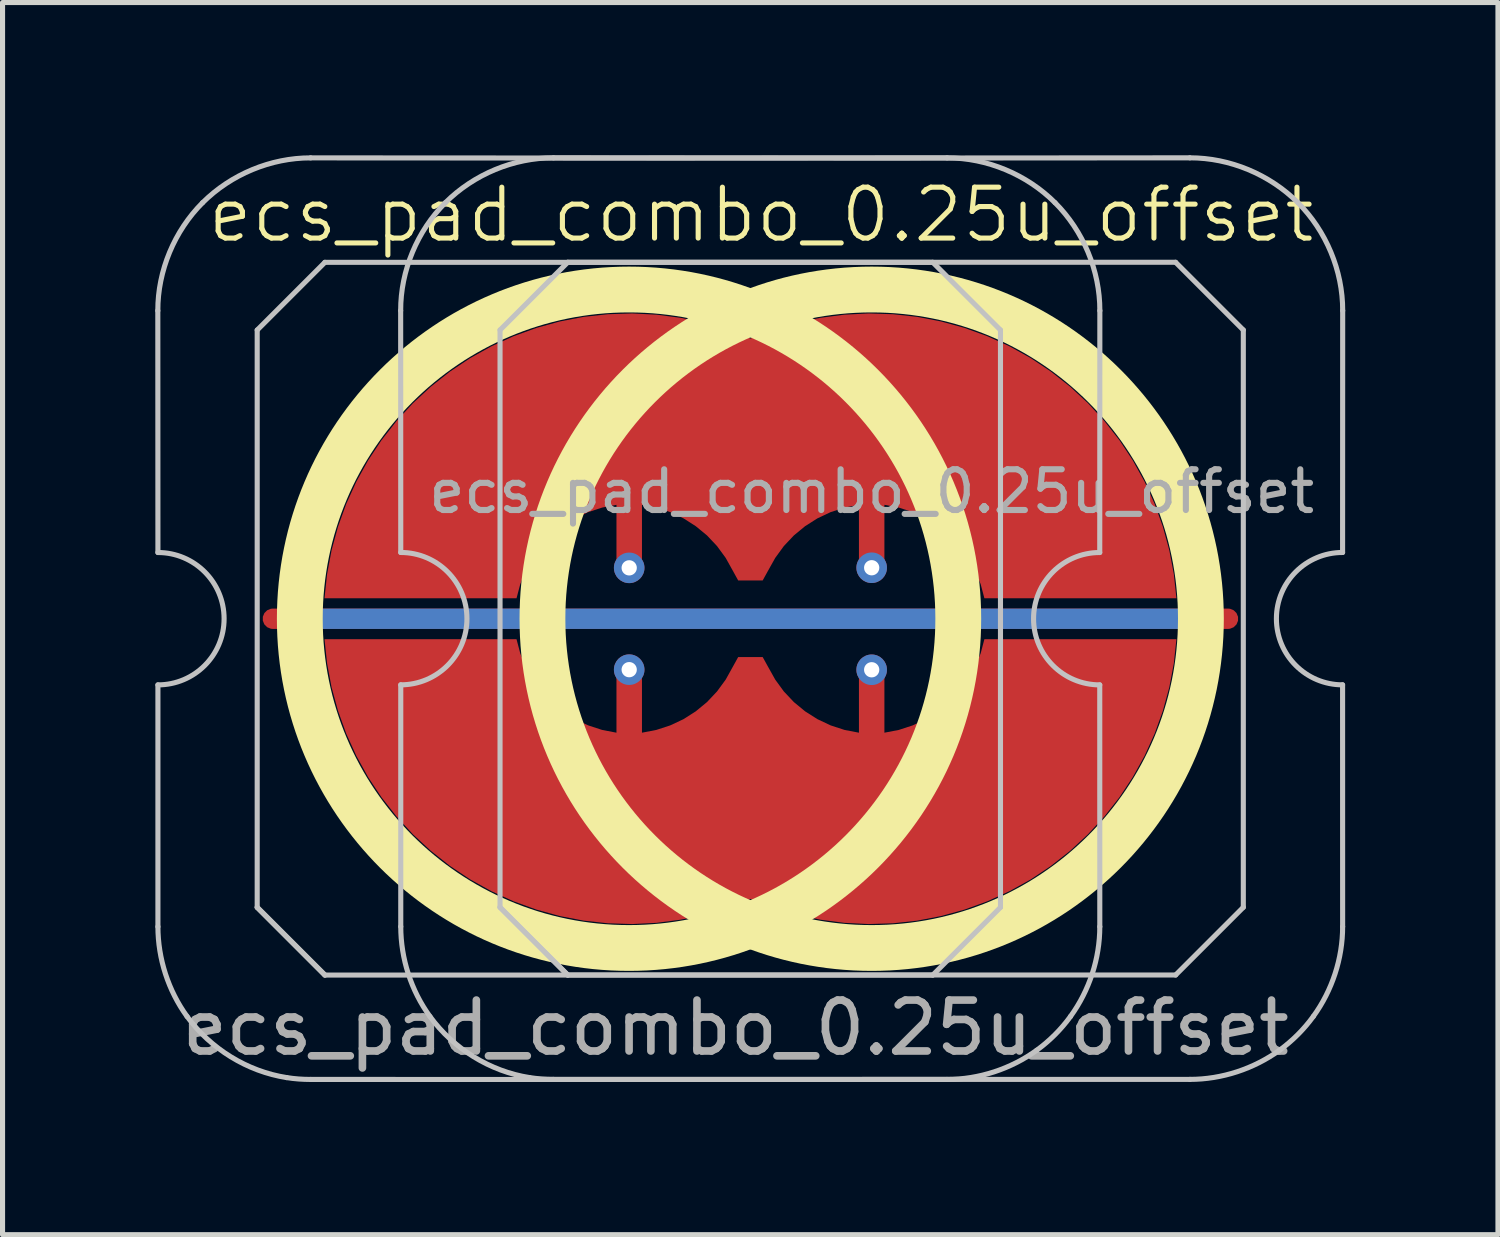
<source format=kicad_pcb>
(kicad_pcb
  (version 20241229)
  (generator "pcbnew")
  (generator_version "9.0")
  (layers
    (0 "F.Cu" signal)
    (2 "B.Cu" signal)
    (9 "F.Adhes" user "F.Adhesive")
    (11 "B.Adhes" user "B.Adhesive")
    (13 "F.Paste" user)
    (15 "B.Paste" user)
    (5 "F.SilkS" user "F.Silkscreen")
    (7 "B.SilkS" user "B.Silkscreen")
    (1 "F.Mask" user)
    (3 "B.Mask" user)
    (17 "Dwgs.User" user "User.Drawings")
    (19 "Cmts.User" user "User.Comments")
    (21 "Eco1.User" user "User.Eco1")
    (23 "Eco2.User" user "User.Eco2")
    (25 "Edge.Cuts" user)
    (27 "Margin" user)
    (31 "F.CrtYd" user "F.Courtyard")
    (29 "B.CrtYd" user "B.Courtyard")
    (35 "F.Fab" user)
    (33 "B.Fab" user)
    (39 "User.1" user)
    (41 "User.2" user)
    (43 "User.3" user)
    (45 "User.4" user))
  (footprint "ecs_pad_combo_0.25u_offset"
    (layer "F.Cu")
    (at 14.072 9.104)
    (property "Reference" "ecs_pad_combo_0.25u_offset" (at -2.17 -7.935 0) (unlocked yes) (layer "F.SilkS") (effects (font (size 1 1) (thickness 0.1))))
    (attr smd)
    (fp_circle (center -4.766 0) (end 1.701 0) (stroke (width 0.9) (type solid)) (fill no) (layer "F.SilkS"))
    (fp_circle (center 0 0) (end 6.467 0) (stroke (width 0.9) (type solid)) (fill no) (layer "F.SilkS"))
    (fp_line (start -14.022 -6.052) (end -14.02 -1.301) (stroke (width 0.1) (type solid)) (layer "Dwgs.User"))
    (fp_line (start -14.02 1.299) (end -14.02 6.048) (stroke (width 0.1) (type solid)) (layer "Dwgs.User"))
    (fp_line (start -12.07 -5.671) (end -10.74 -7.001) (stroke (width 0.1) (type solid)) (layer "Dwgs.User"))
    (fp_line (start -12.07 5.669) (end -12.07 -5.671) (stroke (width 0.1) (type solid)) (layer "Dwgs.User"))
    (fp_line (start -12.07 5.669) (end -10.74 6.999) (stroke (width 0.1) (type solid)) (layer "Dwgs.User"))
    (fp_line (start -10.74 -7.001) (end 1.2 -7.001) (stroke (width 0.1) (type solid)) (layer "Dwgs.User"))
    (fp_line (start -10.74 6.999) (end -12.07 5.669) (stroke (width 0.1) (type solid)) (layer "Dwgs.User"))
    (fp_line (start -9.252 -6.052) (end -9.25 -1.302) (stroke (width 0.1) (type solid)) (layer "Dwgs.User"))
    (fp_line (start -9.25 1.298) (end -9.25 6.047) (stroke (width 0.1) (type solid)) (layer "Dwgs.User"))
    (fp_line (start -7.3 -5.672) (end -5.97 -7.002) (stroke (width 0.1) (type solid)) (layer "Dwgs.User"))
    (fp_line (start -7.3 5.668) (end -7.3 -5.672) (stroke (width 0.1) (type solid)) (layer "Dwgs.User"))
    (fp_line (start -7.3 5.668) (end -5.97 6.998) (stroke (width 0.1) (type solid)) (layer "Dwgs.User"))
    (fp_line (start -5.97 -7.002) (end 5.97 -7.002) (stroke (width 0.1) (type solid)) (layer "Dwgs.User"))
    (fp_line (start -5.97 6.998) (end -7.3 5.668) (stroke (width 0.1) (type solid)) (layer "Dwgs.User"))
    (fp_line (start 1.2 -7.001) (end 2.53 -5.671) (stroke (width 0.1) (type solid)) (layer "Dwgs.User"))
    (fp_line (start 1.2 6.999) (end -10.74 6.999) (stroke (width 0.1) (type solid)) (layer "Dwgs.User"))
    (fp_line (start 2.53 -5.671) (end 2.53 5.669) (stroke (width 0.1) (type solid)) (layer "Dwgs.User"))
    (fp_line (start 2.53 5.669) (end 1.2 6.999) (stroke (width 0.1) (type solid)) (layer "Dwgs.User"))
    (fp_line (start 4.48 1.299) (end 4.481 6.048) (stroke (width 0.1) (type solid)) (layer "Dwgs.User"))
    (fp_line (start 4.482 -6.052) (end 4.48 -1.301) (stroke (width 0.1) (type solid)) (layer "Dwgs.User"))
    (fp_line (start 5.97 -7.002) (end 7.3 -5.672) (stroke (width 0.1) (type solid)) (layer "Dwgs.User"))
    (fp_line (start 5.97 6.998) (end -5.97 6.998) (stroke (width 0.1) (type solid)) (layer "Dwgs.User"))
    (fp_line (start 7.3 -5.672) (end 7.3 5.668) (stroke (width 0.1) (type solid)) (layer "Dwgs.User"))
    (fp_line (start 7.3 5.668) (end 5.97 6.998) (stroke (width 0.1) (type solid)) (layer "Dwgs.User"))
    (fp_line (start 9.25 1.298) (end 9.251 6.047) (stroke (width 0.1) (type solid)) (layer "Dwgs.User"))
    (fp_line (start 9.252 -6.052) (end 9.25 -1.302) (stroke (width 0.1) (type solid)) (layer "Dwgs.User"))
    (fp_arc (start -14.020059 -1.301143) (mid -12.720059 -0.001143) (end -14.020059 1.298857) (stroke (width 0.1) (type solid)) (layer "Dwgs.User"))
    (fp_arc (start -9.25 -1.302) (mid -7.95 -0.002) (end -9.25 1.298) (stroke (width 0.1) (type solid)) (layer "Dwgs.User"))
    (fp_arc (start 4.479941 1.298857) (mid 3.17994 -0.001143) (end 4.479941 -1.301143) (stroke (width 0.1) (type solid)) (layer "Dwgs.User"))
    (fp_arc (start 9.25 1.298) (mid 7.95 -0.002) (end 9.25 -1.302) (stroke (width 0.1) (type solid)) (layer "Dwgs.User"))
    (fp_curve (pts (xy -14.02 6.048) (xy -14.02 6.676) (xy -13.816 7.305) (xy -13.447 7.813)) (stroke (width 0.1) (type solid)) (layer "Dwgs.User"))
    (fp_curve (pts (xy -13.447 7.813) (xy -12.986 8.447) (xy -12.266 8.892) (xy -11.49 9.013)) (stroke (width 0.1) (type solid)) (layer "Dwgs.User"))
    (fp_curve (pts (xy -13.142 -8.173) (xy -13.696 -7.619) (xy -14.024 -6.837) (xy -14.022 -6.052)) (stroke (width 0.1) (type solid)) (layer "Dwgs.User"))
    (fp_curve (pts (xy -11.49 9.013) (xy -11.334 9.038) (xy -11.177 9.049) (xy -11.02 9.049)) (stroke (width 0.1) (type solid)) (layer "Dwgs.User"))
    (fp_curve (pts (xy -11.02 9.049) (xy -6.888 9.051) (xy -2.653 9.049) (xy 1.48 9.049)) (stroke (width 0.1) (type solid)) (layer "Dwgs.User"))
    (fp_curve (pts (xy -11.02 -9.053) (xy -11.805 -9.054) (xy -12.587 -8.727) (xy -13.142 -8.173)) (stroke (width 0.1) (type solid)) (layer "Dwgs.User"))
    (fp_curve (pts (xy -9.25 6.047) (xy -9.25 6.675) (xy -9.046 7.305) (xy -8.677 7.812)) (stroke (width 0.1) (type solid)) (layer "Dwgs.User"))
    (fp_curve (pts (xy -8.677 7.812) (xy -8.215 8.447) (xy -7.496 8.891) (xy -6.72 9.013)) (stroke (width 0.1) (type solid)) (layer "Dwgs.User"))
    (fp_curve (pts (xy -8.372 -8.174) (xy -8.926 -7.62) (xy -9.254 -6.838) (xy -9.252 -6.052)) (stroke (width 0.1) (type solid)) (layer "Dwgs.User"))
    (fp_curve (pts (xy -6.72 9.013) (xy -6.564 9.037) (xy -6.407 9.048) (xy -6.25 9.048)) (stroke (width 0.1) (type solid)) (layer "Dwgs.User"))
    (fp_curve (pts (xy -6.25 9.048) (xy -2.118 9.05) (xy 2.117 9.048) (xy 6.25 9.048)) (stroke (width 0.1) (type solid)) (layer "Dwgs.User"))
    (fp_curve (pts (xy -6.25 -9.054) (xy -7.035 -9.055) (xy -7.817 -8.728) (xy -8.372 -8.174)) (stroke (width 0.1) (type solid)) (layer "Dwgs.User"))
    (fp_curve (pts (xy 1.48 -9.053) (xy -2.654 -9.048) (xy -6.886 -9.048) (xy -11.02 -9.053)) (stroke (width 0.1) (type solid)) (layer "Dwgs.User"))
    (fp_curve (pts (xy 1.48 9.049) (xy 2.108 9.049) (xy 2.734 8.843) (xy 3.243 8.475)) (stroke (width 0.1) (type solid)) (layer "Dwgs.User"))
    (fp_curve (pts (xy 3.243 8.475) (xy 3.497 8.29) (xy 3.722 8.065) (xy 3.906 7.811)) (stroke (width 0.1) (type solid)) (layer "Dwgs.User"))
    (fp_curve (pts (xy 3.601 -8.173) (xy 3.047 -8.727) (xy 2.265 -9.054) (xy 1.48 -9.053)) (stroke (width 0.1) (type solid)) (layer "Dwgs.User"))
    (fp_curve (pts (xy 3.906 7.811) (xy 4.275 7.302) (xy 4.481 6.677) (xy 4.481 6.048)) (stroke (width 0.1) (type solid)) (layer "Dwgs.User"))
    (fp_curve (pts (xy 4.482 -6.052) (xy 4.484 -6.837) (xy 4.156 -7.619) (xy 3.601 -8.173)) (stroke (width 0.1) (type solid)) (layer "Dwgs.User"))
    (fp_curve (pts (xy 6.25 -9.054) (xy 2.116 -9.048) (xy -2.116 -9.048) (xy -6.25 -9.054)) (stroke (width 0.1) (type solid)) (layer "Dwgs.User"))
    (fp_curve (pts (xy 6.25 9.048) (xy 6.878 9.048) (xy 7.504 8.842) (xy 8.013 8.474)) (stroke (width 0.1) (type solid)) (layer "Dwgs.User"))
    (fp_curve (pts (xy 8.013 8.474) (xy 8.267 8.289) (xy 8.492 8.064) (xy 8.676 7.81)) (stroke (width 0.1) (type solid)) (layer "Dwgs.User"))
    (fp_curve (pts (xy 8.372 -8.174) (xy 7.817 -8.728) (xy 7.035 -9.055) (xy 6.25 -9.054)) (stroke (width 0.1) (type solid)) (layer "Dwgs.User"))
    (fp_curve (pts (xy 8.676 7.81) (xy 9.045 7.301) (xy 9.251 6.676) (xy 9.251 6.047)) (stroke (width 0.1) (type solid)) (layer "Dwgs.User"))
    (fp_curve (pts (xy 9.252 -6.052) (xy 9.254 -6.838) (xy 8.926 -7.62) (xy 8.372 -8.174)) (stroke (width 0.1) (type solid)) (layer "Dwgs.User"))
    (fp_circle (center -4.763 0) (end -3.763 0) (stroke (width 0.1) (type default)) (fill no) (layer "Eco1.User"))
    (fp_circle (center 0 0) (end 1 0) (stroke (width 0.1) (type default)) (fill no) (layer "Eco1.User"))
    (fp_text user "${REFERENCE}" (at 0 -2.5 0) (layer "F.Fab") (effects (font (size 0.8 0.8) (thickness 0.12))))
    (fp_text user "${REFERENCE}" (at -2.67 8.035 0) (unlocked yes) (layer "F.Fab") (effects (font (size 1 1) (thickness 0.15))))
    (pad "1" thru_hole circle (at -4.763 -1) (size 0.6 0.6) (drill 0.3) (layers "*.Cu"))
    (pad "1" smd custom (at 0 -1.002 180) (size 0.169 0.169) (layers "F.Cu") (options (anchor circle)) (primitives (gr_poly (pts (xy -0.231 -0.096) (xy -0.177 -0.177) (xy -0.096 -0.231) (xy 0 -0.25) (xy 0.096 -0.231) (xy 0.177 -0.177) (xy 0.231 -0.096) (xy 0.25 0) (xy 0.25 1.236) (xy 0.532 1.182) (xy 0.805 1.093) (xy 1.064 0.971) (xy 1.307 0.817) (xy 1.528 0.635) (xy 1.725 0.426) (xy 1.894 0.194) (xy 2.034 -0.056) (xy 2.141 -0.25) (xy 2.214 -0.25) (xy 2.549 -0.25) (xy 2.622 -0.25) (xy 2.729 -0.056) (xy 2.868 0.194) (xy 3.038 0.426) (xy 3.235 0.635) (xy 3.456 0.817) (xy 3.698 0.971) (xy 3.958 1.093) (xy 4.231 1.182) (xy 4.512 1.236) (xy 4.512 0) (xy 4.532 -0.096) (xy 4.586 -0.177) (xy 4.667 -0.231) (xy 4.763 -0.25) (xy 4.858 -0.231) (xy 4.939 -0.177) (xy 4.993 -0.096) (xy 5.013 0) (xy 5.013 1.236) (xy 5.294 1.182) (xy 5.567 1.093) (xy 5.827 0.971) (xy 6.069 0.817) (xy 6.29 0.635) (xy 6.487 0.426) (xy 6.657 0.194) (xy 6.796 -0.056) (xy 6.903 -0.323) (xy 6.976 -0.6) (xy 10.748 -0.6) (xy 10.697 -0.125) (xy 10.609 0.344) (xy 10.483 0.805) (xy 10.321 1.255) (xy 10.123 1.69) (xy 9.892 2.108) (xy 9.628 2.506) (xy 9.333 2.882) (xy 9.01 3.233) (xy 8.659 3.557) (xy 8.284 3.853) (xy 7.886 4.118) (xy 7.469 4.35) (xy 7.034 4.548) (xy 6.585 4.711) (xy 6.125 4.838) (xy 5.655 4.928) (xy 5.18 4.98) (xy 4.703 4.995) (xy 4.226 4.971) (xy 3.752 4.909) (xy 3.285 4.81) (xy 2.827 4.674) (xy 2.381 4.502) (xy 1.936 4.674) (xy 1.478 4.81) (xy 1.01 4.909) (xy 0.537 4.971) (xy 0.06 4.995) (xy -0.418 4.98) (xy -0.893 4.928) (xy -1.362 4.838) (xy -1.823 4.711) (xy -2.272 4.548) (xy -2.706 4.35) (xy -3.124 4.118) (xy -3.521 3.853) (xy -3.897 3.557) (xy -4.247 3.233) (xy -4.571 2.882) (xy -4.866 2.506) (xy -5.129 2.108) (xy -5.361 1.69) (xy -5.558 1.255) (xy -5.72 0.805) (xy -5.846 0.344) (xy -5.935 -0.125) (xy -5.986 -0.6) (xy -2.214 -0.6) (xy -2.141 -0.323) (xy -2.034 -0.056) (xy -1.894 0.194) (xy -1.725 0.426) (xy -1.528 0.635) (xy -1.307 0.817) (xy -1.064 0.971) (xy -0.805 1.093) (xy -0.532 1.182) (xy -0.25 1.236) (xy -0.25 0)) (width 0) (fill yes))))
    (pad "1" thru_hole circle (at 0 -1.002) (size 0.6 0.6) (drill 0.3) (layers "*.Cu"))
    (pad "2" thru_hole circle (at -4.763 1) (size 0.6 0.6) (drill 0.3) (layers "*.Cu"))
    (pad "2" smd custom (at 0 1.002) (size 0.169 0.169) (layers "F.Cu") (options (anchor circle)) (primitives (gr_poly (pts (xy 0.231 -0.096) (xy 0.177 -0.177) (xy 0.096 -0.231) (xy 0 -0.25) (xy -0.096 -0.231) (xy -0.177 -0.177) (xy -0.231 -0.096) (xy -0.25 0) (xy -0.25 1.236) (xy -0.532 1.182) (xy -0.805 1.093) (xy -1.064 0.971) (xy -1.307 0.817) (xy -1.528 0.635) (xy -1.725 0.426) (xy -1.894 0.194) (xy -2.034 -0.056) (xy -2.141 -0.25) (xy -2.214 -0.25) (xy -2.549 -0.25) (xy -2.622 -0.25) (xy -2.729 -0.056) (xy -2.868 0.194) (xy -3.038 0.426) (xy -3.235 0.635) (xy -3.456 0.817) (xy -3.698 0.971) (xy -3.958 1.093) (xy -4.231 1.182) (xy -4.512 1.236) (xy -4.512 0) (xy -4.532 -0.096) (xy -4.586 -0.177) (xy -4.667 -0.231) (xy -4.763 -0.25) (xy -4.858 -0.231) (xy -4.939 -0.177) (xy -4.993 -0.096) (xy -5.013 0) (xy -5.013 1.236) (xy -5.294 1.182) (xy -5.567 1.093) (xy -5.827 0.971) (xy -6.069 0.817) (xy -6.29 0.635) (xy -6.487 0.426) (xy -6.657 0.194) (xy -6.796 -0.056) (xy -6.903 -0.323) (xy -6.976 -0.6) (xy -10.748 -0.6) (xy -10.697 -0.125) (xy -10.609 0.344) (xy -10.483 0.805) (xy -10.321 1.255) (xy -10.123 1.69) (xy -9.892 2.108) (xy -9.628 2.506) (xy -9.333 2.882) (xy -9.01 3.233) (xy -8.659 3.557) (xy -8.284 3.853) (xy -7.886 4.118) (xy -7.469 4.35) (xy -7.034 4.548) (xy -6.585 4.711) (xy -6.125 4.838) (xy -5.655 4.928) (xy -5.18 4.98) (xy -4.703 4.995) (xy -4.226 4.971) (xy -3.752 4.909) (xy -3.285 4.81) (xy -2.827 4.674) (xy -2.381 4.502) (xy -1.936 4.674) (xy -1.478 4.81) (xy -1.01 4.909) (xy -0.537 4.971) (xy -0.06 4.995) (xy 0.418 4.98) (xy 0.893 4.928) (xy 1.362 4.838) (xy 1.823 4.711) (xy 2.272 4.548) (xy 2.706 4.35) (xy 3.124 4.118) (xy 3.521 3.853) (xy 3.897 3.557) (xy 4.247 3.233) (xy 4.571 2.882) (xy 4.866 2.506) (xy 5.129 2.108) (xy 5.361 1.69) (xy 5.558 1.255) (xy 5.72 0.805) (xy 5.846 0.344) (xy 5.935 -0.125) (xy 5.986 -0.6) (xy 2.214 -0.6) (xy 2.141 -0.323) (xy 2.034 -0.056) (xy 1.894 0.194) (xy 1.725 0.426) (xy 1.528 0.635) (xy 1.307 0.817) (xy 1.064 0.971) (xy 0.805 1.093) (xy 0.532 1.182) (xy 0.25 1.236) (xy 0.25 0)) (width 0) (fill yes))))
    (pad "2" thru_hole circle (at 0 1.002) (size 0.6 0.6) (drill 0.3) (layers "*.Cu"))
    (pad "3" smd custom (at 0 0 90) (size 0.4 0.4) (layers "F.Cu") (options (anchor rect)) (primitives (gr_line (start 0 -11.763) (end 0 7) (width 0.4))))
    (pad "3" smd custom (at 0 0 90) (size 0.4 0.4) (layers "B.Cu") (options (anchor rect)) (primitives (gr_line (start 0 -11.263) (end 0 6.5) (width 0.4))))
    (zone (net_name "") (layer "F.Cu") (hatch edge 0.508) (connect_pads) (min_thickness 0.254) (filled_areas_thickness no) (keepout (tracks allowed) (vias allowed) (pads allowed) (copperpour not_allowed) (footprints allowed)) (placement (enabled no)) (fill) (polygon (pts (xy 9.309 16.109) (xy 9.822 16.09) (xy 10.332 16.033) (xy 10.837 15.94) (xy 11.334 15.81) (xy 11.819 15.643) (xy 12.291 15.442) (xy 12.748 15.206) (xy 13.185 14.938) (xy 13.602 14.639) (xy 13.996 14.309) (xy 14.365 13.952) (xy 14.706 13.569) (xy 15.019 13.162) (xy 15.301 12.732) (xy 15.55 12.284) (xy 15.766 11.818) (xy 15.948 11.338) (xy 16.094 10.846) (xy 16.203 10.344) (xy 16.275 9.836) (xy 16.31 9.324) (xy 16.308 8.81) (xy 16.267 8.299) (xy 16.19 7.791) (xy 16.075 7.291) (xy 15.924 6.8) (xy 15.738 6.322) (xy 15.517 5.858) (xy 15.262 5.412) (xy 14.976 4.986) (xy 14.659 4.582) (xy 14.314 4.203) (xy 13.941 3.849) (xy 13.544 3.524) (xy 13.124 3.229) (xy 12.684 2.965) (xy 12.225 2.735) (xy 11.751 2.538) (xy 11.263 2.377) (xy 10.765 2.252) (xy 10.26 2.164) (xy 9.749 2.113) (xy 9.236 2.099) (xy 8.723 2.123) (xy 8.213 2.185) (xy 7.709 2.284) (xy 7.214 2.419) (xy 6.73 2.591) (xy 6.26 2.797) (xy 5.806 3.037) (xy 5.372 3.31) (xy 4.958 3.614) (xy 4.567 3.947) (xy 4.203 4.309) (xy 3.865 4.695) (xy 3.557 5.106) (xy 3.279 5.538) (xy 3.034 5.989) (xy 2.823 6.457) (xy 2.647 6.939) (xy 2.506 7.433) (xy 2.402 7.936) (xy 2.335 8.444) (xy 2.306 8.957) (xy 2.314 9.47) (xy 2.359 9.982) (xy 2.442 10.488) (xy 2.562 10.987) (xy 2.718 11.477) (xy 2.91 11.953) (xy 3.135 12.414) (xy 3.394 12.857) (xy 3.685 13.28) (xy 4.006 13.681) (xy 4.356 14.057) (xy 4.732 14.406) (xy 5.132 14.727) (xy 5.555 15.018) (xy 5.999 15.277) (xy 6.46 15.503) (xy 6.936 15.694) (xy 7.425 15.851) (xy 7.924 15.97) (xy 8.431 16.053) (xy 8.942 16.099))))
    (zone (net_name "") (layer "F.Cu") (hatch edge 0.508) (connect_pads) (min_thickness 0.254) (filled_areas_thickness no) (keepout (tracks allowed) (vias allowed) (pads allowed) (copperpour not_allowed) (footprints allowed)) (placement (enabled no)) (fill) (polygon (pts (xy 14.072 2.097) (xy 13.559 2.116) (xy 13.049 2.172) (xy 12.544 2.266) (xy 12.047 2.396) (xy 11.562 2.562) (xy 11.089 2.763) (xy 10.633 2.999) (xy 10.195 3.267) (xy 9.779 3.567) (xy 9.385 3.896) (xy 9.016 4.253) (xy 8.675 4.637) (xy 8.362 5.044) (xy 8.08 5.473) (xy 7.83 5.922) (xy 7.614 6.387) (xy 7.433 6.867) (xy 7.287 7.36) (xy 7.178 7.861) (xy 7.105 8.37) (xy 7.07 8.882) (xy 7.073 9.395) (xy 7.113 9.907) (xy 7.191 10.414) (xy 7.306 10.915) (xy 7.457 11.405) (xy 7.643 11.884) (xy 7.864 12.347) (xy 8.118 12.793) (xy 8.405 13.219) (xy 8.722 13.623) (xy 9.067 14.003) (xy 9.439 14.356) (xy 9.837 14.681) (xy 10.257 14.977) (xy 10.697 15.24) (xy 11.156 15.471) (xy 11.63 15.667) (xy 12.118 15.828) (xy 12.615 15.954) (xy 13.121 16.042) (xy 13.632 16.093) (xy 14.145 16.106) (xy 14.658 16.082) (xy 15.168 16.02) (xy 15.671 15.922) (xy 16.167 15.786) (xy 16.651 15.615) (xy 17.121 15.408) (xy 17.574 15.168) (xy 18.009 14.895) (xy 18.423 14.591) (xy 18.813 14.258) (xy 19.178 13.897) (xy 19.516 13.51) (xy 19.824 13.1) (xy 20.101 12.668) (xy 20.346 12.216) (xy 20.558 11.748) (xy 20.734 11.266) (xy 20.875 10.773) (xy 20.979 10.27) (xy 21.046 9.761) (xy 21.075 9.248) (xy 21.067 8.735) (xy 21.022 8.224) (xy 20.939 7.717) (xy 20.819 7.218) (xy 20.663 6.729) (xy 20.471 6.253) (xy 20.245 5.792) (xy 19.986 5.348) (xy 19.696 4.925) (xy 19.375 4.525) (xy 19.025 4.148) (xy 18.649 3.799) (xy 18.248 3.478) (xy 17.825 3.187) (xy 17.382 2.928) (xy 16.921 2.702) (xy 16.445 2.511) (xy 15.956 2.355) (xy 15.456 2.235) (xy 14.95 2.152) (xy 14.438 2.106))))
    (zone (net_name "") (layer "B.Cu") (hatch edge 0.508) (connect_pads) (min_thickness 0.254) (filled_areas_thickness no) (keepout (tracks allowed) (vias allowed) (pads allowed) (copperpour not_allowed) (footprints allowed)) (placement (enabled no)) (fill) (polygon (pts (xy 9.309 15.662) (xy 9.823 15.642) (xy 10.335 15.581) (xy 10.84 15.481) (xy 11.335 15.341) (xy 11.819 15.163) (xy 12.286 14.947) (xy 12.736 14.696) (xy 13.164 14.409) (xy 13.568 14.091) (xy 13.946 13.741) (xy 14.296 13.363) (xy 14.615 12.959) (xy 14.901 12.53) (xy 15.152 12.081) (xy 15.368 11.613) (xy 15.546 11.13) (xy 15.686 10.635) (xy 15.786 10.13) (xy 15.847 9.618) (xy 15.867 9.104) (xy 15.847 8.589) (xy 15.786 8.078) (xy 15.686 7.573) (xy 15.546 7.077) (xy 15.368 6.594) (xy 15.152 6.126) (xy 14.901 5.677) (xy 14.615 5.249) (xy 14.296 4.844) (xy 13.946 4.466) (xy 13.568 4.117) (xy 13.164 3.798) (xy 12.736 3.512) (xy 12.286 3.26) (xy 11.819 3.045) (xy 11.335 2.866) (xy 10.84 2.727) (xy 10.335 2.626) (xy 9.823 2.566) (xy 9.309 2.545) (xy 8.794 2.566) (xy 8.283 2.626) (xy 7.778 2.727) (xy 7.282 2.866) (xy 6.799 3.045) (xy 6.331 3.26) (xy 5.882 3.512) (xy 5.454 3.798) (xy 5.05 4.117) (xy 4.671 4.466) (xy 4.322 4.844) (xy 4.003 5.249) (xy 3.717 5.677) (xy 3.465 6.126) (xy 3.25 6.594) (xy 3.072 7.077) (xy 2.932 7.573) (xy 2.831 8.078) (xy 2.771 8.589) (xy 2.751 9.104) (xy 2.771 9.618) (xy 2.831 10.13) (xy 2.932 10.635) (xy 3.072 11.13) (xy 3.25 11.613) (xy 3.465 12.081) (xy 3.717 12.53) (xy 4.003 12.959) (xy 4.322 13.363) (xy 4.671 13.741) (xy 5.05 14.091) (xy 5.454 14.409) (xy 5.882 14.696) (xy 6.331 14.947) (xy 6.799 15.163) (xy 7.282 15.341) (xy 7.778 15.481) (xy 8.283 15.581) (xy 8.794 15.642))))
    (zone (net_name "") (layer "B.Cu") (hatch edge 0.508) (connect_pads) (min_thickness 0.254) (filled_areas_thickness no) (keepout (tracks allowed) (vias allowed) (pads allowed) (copperpour not_allowed) (footprints allowed)) (placement (enabled no)) (fill) (polygon (pts (xy 14.072 2.543) (xy 13.557 2.564) (xy 13.046 2.624) (xy 12.541 2.725) (xy 12.045 2.864) (xy 11.562 3.043) (xy 11.094 3.258) (xy 10.645 3.51) (xy 10.217 3.796) (xy 9.813 4.115) (xy 9.434 4.464) (xy 9.085 4.842) (xy 8.766 5.247) (xy 8.48 5.675) (xy 8.228 6.124) (xy 8.013 6.592) (xy 7.835 7.075) (xy 7.695 7.571) (xy 7.594 8.076) (xy 7.534 8.587) (xy 7.514 9.102) (xy 7.534 9.616) (xy 7.594 10.128) (xy 7.695 10.633) (xy 7.835 11.128) (xy 8.013 11.611) (xy 8.228 12.079) (xy 8.48 12.528) (xy 8.766 12.957) (xy 9.085 13.361) (xy 9.434 13.739) (xy 9.813 14.089) (xy 10.217 14.407) (xy 10.645 14.694) (xy 11.094 14.945) (xy 11.562 15.161) (xy 12.045 15.339) (xy 12.541 15.479) (xy 13.046 15.579) (xy 13.557 15.64) (xy 14.072 15.66) (xy 14.586 15.64) (xy 15.098 15.579) (xy 15.603 15.479) (xy 16.098 15.339) (xy 16.582 15.161) (xy 17.049 14.945) (xy 17.499 14.694) (xy 17.927 14.407) (xy 18.331 14.089) (xy 18.709 13.739) (xy 19.059 13.361) (xy 19.378 12.957) (xy 19.664 12.528) (xy 19.915 12.079) (xy 20.131 11.611) (xy 20.309 11.128) (xy 20.449 10.633) (xy 20.549 10.128) (xy 20.61 9.616) (xy 20.63 9.102) (xy 20.61 8.587) (xy 20.549 8.076) (xy 20.449 7.571) (xy 20.309 7.075) (xy 20.131 6.592) (xy 19.915 6.124) (xy 19.664 5.675) (xy 19.378 5.247) (xy 19.059 4.842) (xy 18.709 4.464) (xy 18.331 4.115) (xy 17.927 3.796) (xy 17.499 3.51) (xy 17.049 3.258) (xy 16.582 3.043) (xy 16.098 2.864) (xy 15.603 2.725) (xy 15.098 2.624) (xy 14.586 2.564)))))
  (gr_rect
    (start -3 -3)
    (end 26.374 21.203)
    (stroke (width 0.1) (type default))
    (fill no)
    (layer "Edge.Cuts")))
</source>
